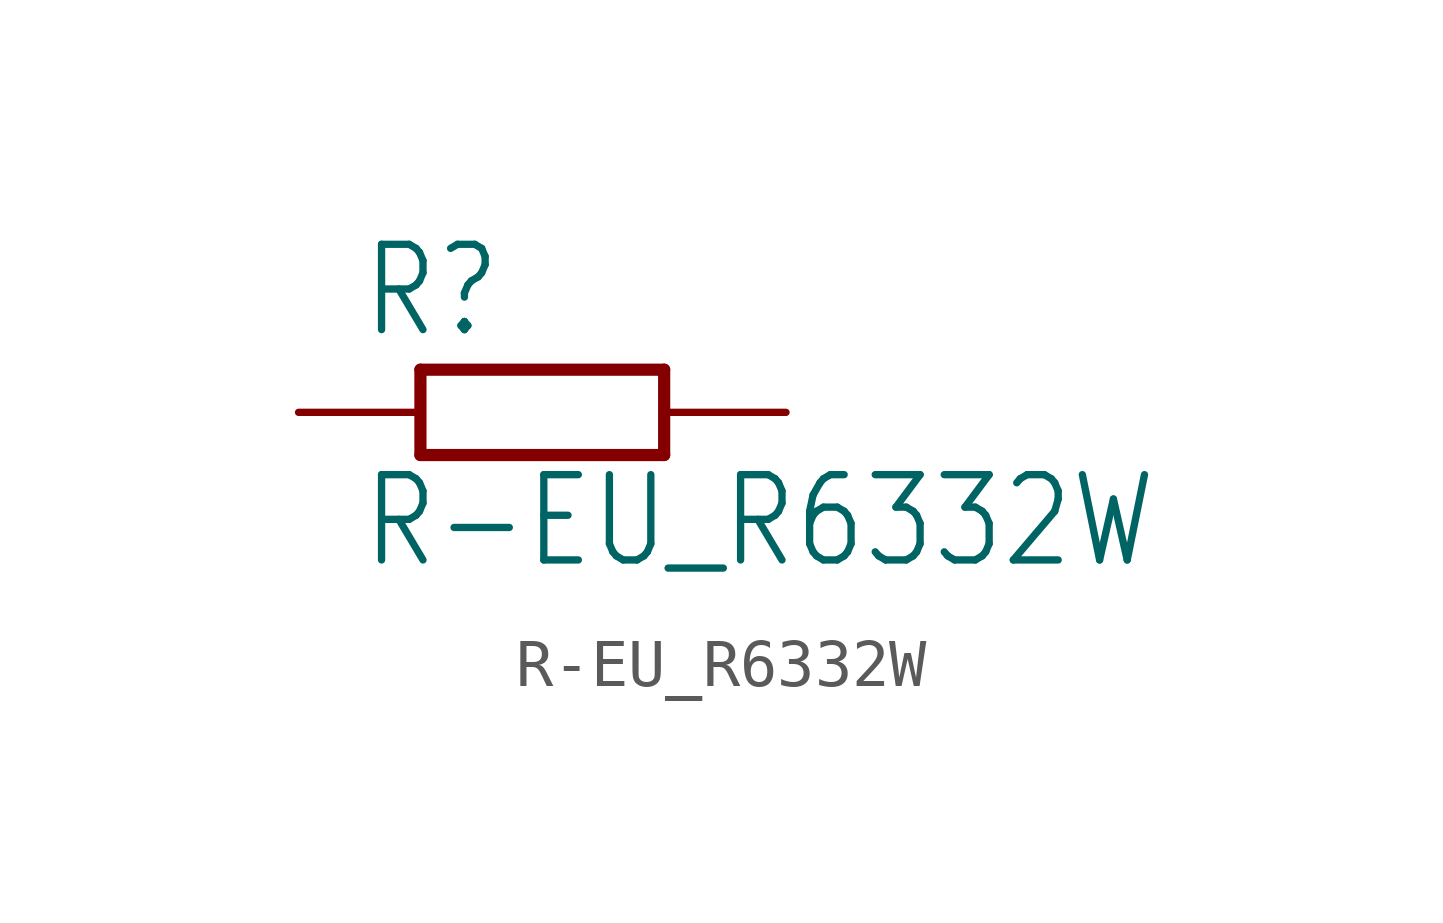
<source format=kicad_sym>
(kicad_symbol_lib
  (version 20220331)
  (generator kicad_symbol_editor)
  (symbol "R-EU_R6332W"
    (property "Reference" "R"
      (at -3.81 1.499 0)
      (effects (font (size 1.778 1.511)) (justify left bottom)))
    (property "Value" "R-EU_R6332W"
      (at -3.81 -3.302 0)
      (effects (font (size 1.778 1.511)) (justify left bottom)))
    (property "ki_locked" ""
      (at 0 0 0)
      (effects (font (size 1.27 1.27))))
    (symbol "R-EU_R6332W_1_0"
      (polyline (pts (xy -2.54 -0.889) (xy -2.54 0.889)) (stroke (width 0.254) (type solid)) (fill (type none)))
      (polyline (pts (xy -2.54 -0.889) (xy 2.54 -0.889)) (stroke (width 0.254) (type solid)) (fill (type none)))
      (polyline (pts (xy 2.54 -0.889) (xy 2.54 0.889)) (stroke (width 0.254) (type solid)) (fill (type none)))
      (polyline (pts (xy 2.54 0.889) (xy -2.54 0.889)) (stroke (width 0.254) (type solid)) (fill (type none)))
      (pin passive line (at -5.08 0 0) (length 2.54) (name "1" (effects (font (size 0 0)))) (number "1" (effects (font (size 0 0)))))
      (pin passive line (at 5.08 0 180) (length 2.54) (name "2" (effects (font (size 0 0)))) (number "2" (effects (font (size 0 0))))))))
</source>
